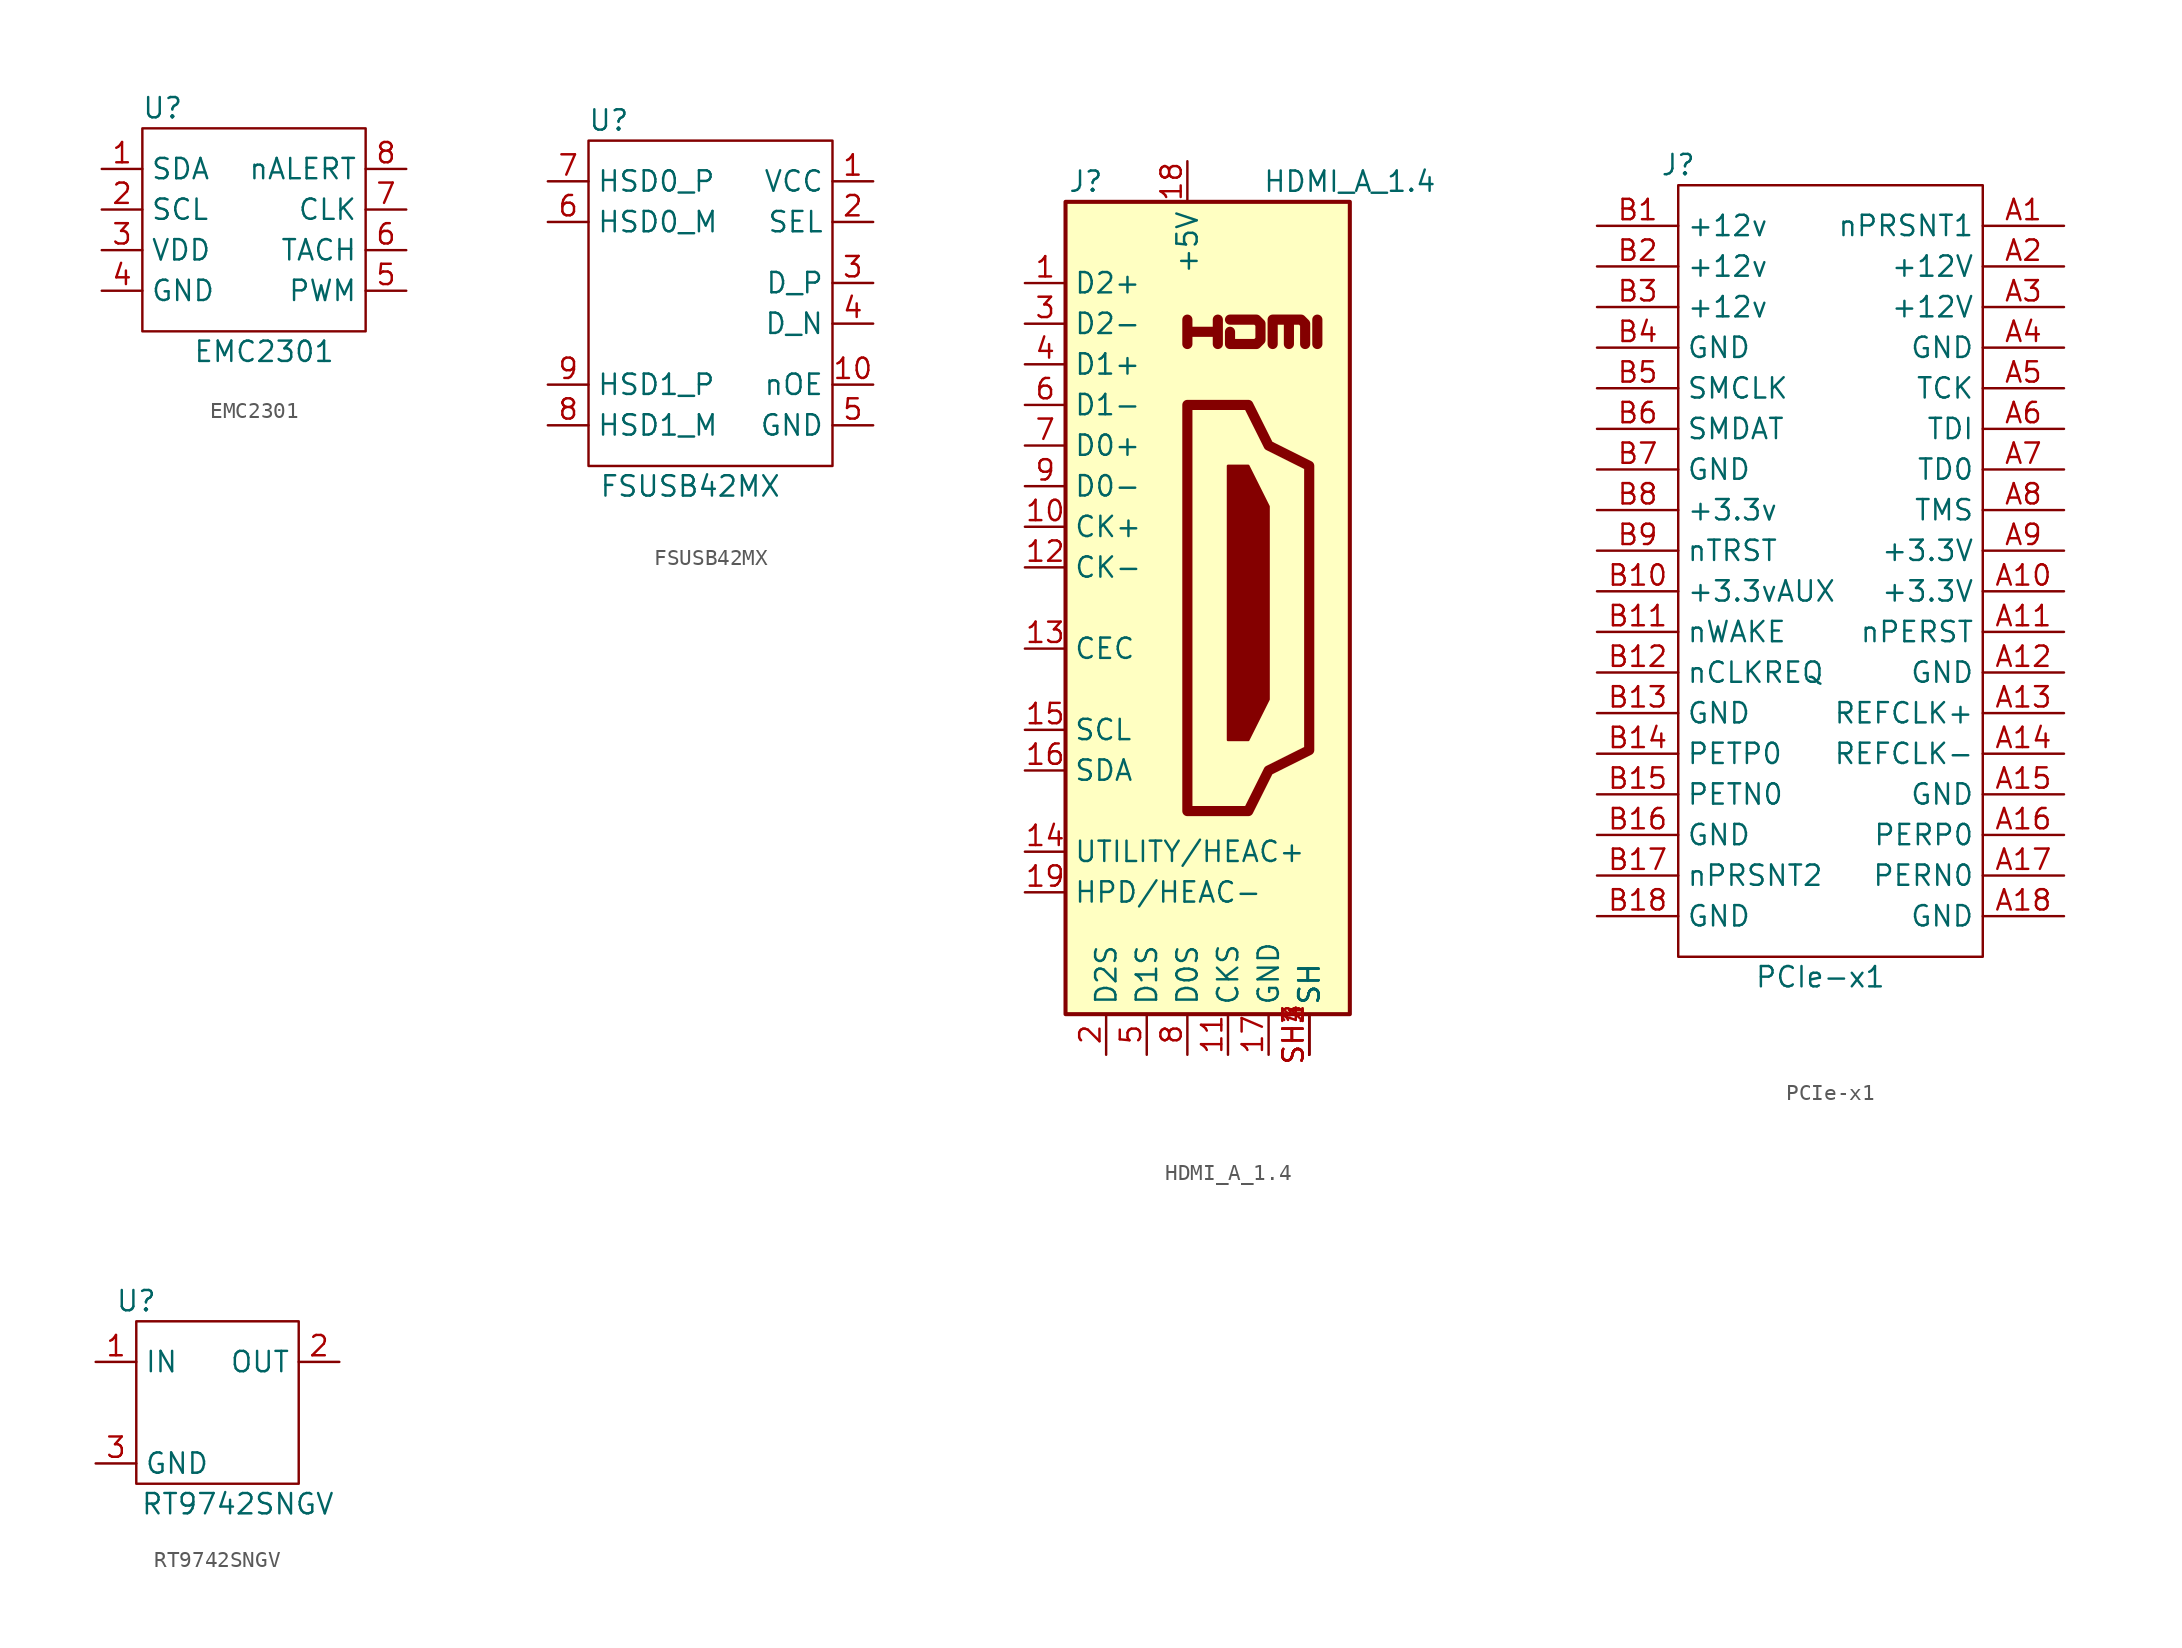
<source format=kicad_sym>
(kicad_symbol_lib
  (version 20201005)
  (generator kicad_symbol_editor)
  (symbol "CM4IO:EMC2301"
    (property "Reference" "U"
      (at -7.62 13.97 0)
      (effects (font (size 1.27 1.27))))
    (property "Value" "EMC2301"
      (at -1.27 -1.27 0)
      (effects (font (size 1.27 1.27))))
    (symbol "EMC2301_0_1"
      (rectangle (start -8.89 12.7) (end 5.08 0) (stroke (width 0)) (fill (type none))))
    (symbol "EMC2301_0_0"
      (pin open_collector line (at -11.43 10.16 0) (length 2.54) (name "SDA" (effects (font (size 1.27 1.27)))) (number "1" (effects (font (size 1.27 1.27)))))
      (pin open_collector line (at -11.43 7.62 0) (length 2.54) (name "SCL" (effects (font (size 1.27 1.27)))) (number "2" (effects (font (size 1.27 1.27)))))
      (pin power_in line (at -11.43 5.08 0) (length 2.54) (name "VDD" (effects (font (size 1.27 1.27)))) (number "3" (effects (font (size 1.27 1.27)))))
      (pin power_in line (at -11.43 2.54 0) (length 2.54) (name "GND" (effects (font (size 1.27 1.27)))) (number "4" (effects (font (size 1.27 1.27)))))
      (pin output line (at 7.62 2.54 180) (length 2.54) (name "PWM" (effects (font (size 1.27 1.27)))) (number "5" (effects (font (size 1.27 1.27)))))
      (pin input line (at 7.62 5.08 180) (length 2.54) (name "TACH" (effects (font (size 1.27 1.27)))) (number "6" (effects (font (size 1.27 1.27)))))
      (pin input line (at 7.62 7.62 180) (length 2.54) (name "CLK" (effects (font (size 1.27 1.27)))) (number "7" (effects (font (size 1.27 1.27)))))
      (pin open_collector line (at 7.62 10.16 180) (length 2.54) (name "nALERT" (effects (font (size 1.27 1.27)))) (number "8" (effects (font (size 1.27 1.27)))))))
  (symbol "CM4IO:FSUSB42MX"
    (property "Reference" "U"
      (at -7.62 20.32 0)
      (effects (font (size 1.27 1.27))))
    (property "Value" "FSUSB42MX"
      (at -2.54 -2.54 0)
      (effects (font (size 1.27 1.27))))
    (symbol "FSUSB42MX_0_1"
      (rectangle (start -8.89 19.05) (end 6.35 -1.27) (stroke (width 0)) (fill (type none))))
    (symbol "FSUSB42MX_0_0"
      (pin power_in line (at 8.89 16.51 180) (length 2.54) (name "VCC" (effects (font (size 1.27 1.27)))) (number "1" (effects (font (size 1.27 1.27)))))
      (pin input line (at 8.89 3.81 180) (length 2.54) (name "nOE" (effects (font (size 1.27 1.27)))) (number "10" (effects (font (size 1.27 1.27)))))
      (pin input line (at 8.89 13.97 180) (length 2.54) (name "SEL" (effects (font (size 1.27 1.27)))) (number "2" (effects (font (size 1.27 1.27)))))
      (pin bidirectional line (at 8.89 10.16 180) (length 2.54) (name "D_P" (effects (font (size 1.27 1.27)))) (number "3" (effects (font (size 1.27 1.27)))))
      (pin bidirectional line (at 8.89 7.62 180) (length 2.54) (name "D_N" (effects (font (size 1.27 1.27)))) (number "4" (effects (font (size 1.27 1.27)))))
      (pin power_in line (at 8.89 1.27 180) (length 2.54) (name "GND" (effects (font (size 1.27 1.27)))) (number "5" (effects (font (size 1.27 1.27)))))
      (pin bidirectional line (at -11.43 13.97 0) (length 2.54) (name "HSD0_M" (effects (font (size 1.27 1.27)))) (number "6" (effects (font (size 1.27 1.27)))))
      (pin bidirectional line (at -11.43 16.51 0) (length 2.54) (name "HSD0_P" (effects (font (size 1.27 1.27)))) (number "7" (effects (font (size 1.27 1.27)))))
      (pin bidirectional line (at -11.43 1.27 0) (length 2.54) (name "HSD1_M" (effects (font (size 1.27 1.27)))) (number "8" (effects (font (size 1.27 1.27)))))
      (pin bidirectional line (at -11.43 3.81 0) (length 2.54) (name "HSD1_P" (effects (font (size 1.27 1.27)))) (number "9" (effects (font (size 1.27 1.27)))))))
  (symbol "CM4IO:HDMI_A_1.4"
    (property "Reference" "J"
      (at -6.35 26.67 0)
      (effects (font (size 1.27 1.27))))
    (property "Value" "HDMI_A_1.4"
      (at 10.16 26.67 0)
      (effects (font (size 1.27 1.27))))
    (symbol "HDMI_A_1.4_0_1"
      (rectangle (start -7.62 25.4) (end 10.16 -25.4) (stroke (width 0.254)) (fill (type background)))
      (polyline (pts (xy 2.54 8.89) (xy 3.81 8.89) (xy 5.08 6.35) (xy 5.08 -5.715) (xy 3.81 -8.255) (xy 2.54 -8.255) (xy 2.54 8.89)) (stroke (width 0)) (fill (type outline)))
      (polyline (pts (xy 5.334 16.51) (xy 5.334 18.034) (xy 6.35 18.034) (xy 6.35 16.51) (xy 6.35 18.034) (xy 7.112 18.034) (xy 7.366 17.78) (xy 7.366 16.51)) (stroke (width 0.635)) (fill (type none)))
      (polyline (pts (xy 0 12.7) (xy 0 -12.7) (xy 3.81 -12.7) (xy 5.08 -10.16) (xy 7.62 -8.89) (xy 7.62 8.89) (xy 5.08 10.16) (xy 3.81 12.7) (xy 0 12.7)) (stroke (width 0.635)) (fill (type none))))
    (symbol "HDMI_A_1.4_0_0"
      (polyline (pts (xy 8.128 16.51) (xy 8.128 18.034)) (stroke (width 0.635)) (fill (type none)))
      (polyline (pts (xy 0 16.51) (xy 0 18.034) (xy 0 17.272) (xy 1.905 17.272) (xy 1.905 18.034) (xy 1.905 16.51)) (stroke (width 0.635)) (fill (type none)))
      (polyline (pts (xy 2.667 18.034) (xy 4.318 18.034) (xy 4.572 17.78) (xy 4.572 16.764) (xy 4.318 16.51) (xy 2.667 16.51) (xy 2.667 17.272)) (stroke (width 0.635)) (fill (type none)))
      (pin passive line (at 7.62 -27.94 90) (length 2.54) (name "SH" (effects (font (size 1.27 1.27)))) (number "SH2" (effects (font (size 1.27 1.27)))))
      (pin passive line (at 7.62 -27.94 90) (length 2.54) (name "SH" (effects (font (size 1.27 1.27)))) (number "SH3" (effects (font (size 1.27 1.27)))))
      (pin passive line (at 7.62 -27.94 90) (length 2.54) (name "SH" (effects (font (size 1.27 1.27)))) (number "SH4" (effects (font (size 1.27 1.27))))))
    (symbol "HDMI_A_1.4_1_1"
      (pin passive line (at -10.16 20.32 0) (length 2.54) (name "D2+" (effects (font (size 1.27 1.27)))) (number "1" (effects (font (size 1.27 1.27)))))
      (pin passive line (at -10.16 5.08 0) (length 2.54) (name "CK+" (effects (font (size 1.27 1.27)))) (number "10" (effects (font (size 1.27 1.27)))))
      (pin power_in line (at 2.54 -27.94 90) (length 2.54) (name "CKS" (effects (font (size 1.27 1.27)))) (number "11" (effects (font (size 1.27 1.27)))))
      (pin passive line (at -10.16 2.54 0) (length 2.54) (name "CK-" (effects (font (size 1.27 1.27)))) (number "12" (effects (font (size 1.27 1.27)))))
      (pin bidirectional line (at -10.16 -2.54 0) (length 2.54) (name "CEC" (effects (font (size 1.27 1.27)))) (number "13" (effects (font (size 1.27 1.27)))))
      (pin passive line (at -10.16 -15.24 0) (length 2.54) (name "UTILITY/HEAC+" (effects (font (size 1.27 1.27)))) (number "14" (effects (font (size 1.27 1.27)))))
      (pin passive line (at -10.16 -7.62 0) (length 2.54) (name "SCL" (effects (font (size 1.27 1.27)))) (number "15" (effects (font (size 1.27 1.27)))))
      (pin bidirectional line (at -10.16 -10.16 0) (length 2.54) (name "SDA" (effects (font (size 1.27 1.27)))) (number "16" (effects (font (size 1.27 1.27)))))
      (pin power_in line (at 5.08 -27.94 90) (length 2.54) (name "GND" (effects (font (size 1.27 1.27)))) (number "17" (effects (font (size 1.27 1.27)))))
      (pin power_in line (at 0 27.94 270) (length 2.54) (name "+5V" (effects (font (size 1.27 1.27)))) (number "18" (effects (font (size 1.27 1.27)))))
      (pin passive line (at -10.16 -17.78 0) (length 2.54) (name "HPD/HEAC-" (effects (font (size 1.27 1.27)))) (number "19" (effects (font (size 1.27 1.27)))))
      (pin power_in line (at -5.08 -27.94 90) (length 2.54) (name "D2S" (effects (font (size 1.27 1.27)))) (number "2" (effects (font (size 1.27 1.27)))))
      (pin passive line (at -10.16 17.78 0) (length 2.54) (name "D2-" (effects (font (size 1.27 1.27)))) (number "3" (effects (font (size 1.27 1.27)))))
      (pin passive line (at -10.16 15.24 0) (length 2.54) (name "D1+" (effects (font (size 1.27 1.27)))) (number "4" (effects (font (size 1.27 1.27)))))
      (pin power_in line (at -2.54 -27.94 90) (length 2.54) (name "D1S" (effects (font (size 1.27 1.27)))) (number "5" (effects (font (size 1.27 1.27)))))
      (pin passive line (at -10.16 12.7 0) (length 2.54) (name "D1-" (effects (font (size 1.27 1.27)))) (number "6" (effects (font (size 1.27 1.27)))))
      (pin passive line (at -10.16 10.16 0) (length 2.54) (name "D0+" (effects (font (size 1.27 1.27)))) (number "7" (effects (font (size 1.27 1.27)))))
      (pin power_in line (at 0 -27.94 90) (length 2.54) (name "D0S" (effects (font (size 1.27 1.27)))) (number "8" (effects (font (size 1.27 1.27)))))
      (pin passive line (at -10.16 7.62 0) (length 2.54) (name "D0-" (effects (font (size 1.27 1.27)))) (number "9" (effects (font (size 1.27 1.27)))))
      (pin passive line (at 7.62 -27.94 90) (length 2.54) (name "SH" (effects (font (size 1.27 1.27)))) (number "SH1" (effects (font (size 1.27 1.27)))))))
  (symbol "CM4IO:PCIe-x1"
    (property "Reference" "J"
      (at -13.97 36.83 0)
      (effects (font (size 1.27 1.27))))
    (property "Value" "PCIe-x1"
      (at -5.08 -13.97 0)
      (effects (font (size 1.27 1.27))))
    (symbol "PCIe-x1_0_1"
      (rectangle (start -13.97 35.56) (end 5.08 -12.7) (stroke (width 0)) (fill (type none))))
    (symbol "PCIe-x1_0_0"
      (pin passive line (at 10.16 33.02 180) (length 5.08) (name "nPRSNT1" (effects (font (size 1.27 1.27)))) (number "A1" (effects (font (size 1.27 1.27)))))
      (pin power_in line (at 10.16 10.16 180) (length 5.08) (name "+3.3V" (effects (font (size 1.27 1.27)))) (number "A10" (effects (font (size 1.27 1.27)))))
      (pin input line (at 10.16 7.62 180) (length 5.08) (name "nPERST" (effects (font (size 1.27 1.27)))) (number "A11" (effects (font (size 1.27 1.27)))))
      (pin power_in line (at 10.16 5.08 180) (length 5.08) (name "GND" (effects (font (size 1.27 1.27)))) (number "A12" (effects (font (size 1.27 1.27)))))
      (pin input line (at 10.16 2.54 180) (length 5.08) (name "REFCLK+" (effects (font (size 1.27 1.27)))) (number "A13" (effects (font (size 1.27 1.27)))))
      (pin input line (at 10.16 0 180) (length 5.08) (name "REFCLK-" (effects (font (size 1.27 1.27)))) (number "A14" (effects (font (size 1.27 1.27)))))
      (pin power_in line (at 10.16 -2.54 180) (length 5.08) (name "GND" (effects (font (size 1.27 1.27)))) (number "A15" (effects (font (size 1.27 1.27)))))
      (pin output line (at 10.16 -5.08 180) (length 5.08) (name "PERP0" (effects (font (size 1.27 1.27)))) (number "A16" (effects (font (size 1.27 1.27)))))
      (pin output line (at 10.16 -7.62 180) (length 5.08) (name "PERN0" (effects (font (size 1.27 1.27)))) (number "A17" (effects (font (size 1.27 1.27)))))
      (pin power_in line (at 10.16 -10.16 180) (length 5.08) (name "GND" (effects (font (size 1.27 1.27)))) (number "A18" (effects (font (size 1.27 1.27)))))
      (pin power_in line (at 10.16 30.48 180) (length 5.08) (name "+12V" (effects (font (size 1.27 1.27)))) (number "A2" (effects (font (size 1.27 1.27)))))
      (pin power_in line (at 10.16 27.94 180) (length 5.08) (name "+12V" (effects (font (size 1.27 1.27)))) (number "A3" (effects (font (size 1.27 1.27)))))
      (pin power_in line (at 10.16 25.4 180) (length 5.08) (name "GND" (effects (font (size 1.27 1.27)))) (number "A4" (effects (font (size 1.27 1.27)))))
      (pin input line (at 10.16 22.86 180) (length 5.08) (name "TCK" (effects (font (size 1.27 1.27)))) (number "A5" (effects (font (size 1.27 1.27)))))
      (pin input line (at 10.16 20.32 180) (length 5.08) (name "TDI" (effects (font (size 1.27 1.27)))) (number "A6" (effects (font (size 1.27 1.27)))))
      (pin output line (at 10.16 17.78 180) (length 5.08) (name "TD0" (effects (font (size 1.27 1.27)))) (number "A7" (effects (font (size 1.27 1.27)))))
      (pin input line (at 10.16 15.24 180) (length 5.08) (name "TMS" (effects (font (size 1.27 1.27)))) (number "A8" (effects (font (size 1.27 1.27)))))
      (pin power_in line (at 10.16 12.7 180) (length 5.08) (name "+3.3V" (effects (font (size 1.27 1.27)))) (number "A9" (effects (font (size 1.27 1.27)))))
      (pin power_in line (at -19.05 33.02 0) (length 5.08) (name "+12v" (effects (font (size 1.27 1.27)))) (number "B1" (effects (font (size 1.27 1.27)))))
      (pin power_in line (at -19.05 10.16 0) (length 5.08) (name "+3.3vAUX" (effects (font (size 1.27 1.27)))) (number "B10" (effects (font (size 1.27 1.27)))))
      (pin open_collector line (at -19.05 7.62 0) (length 5.08) (name "nWAKE" (effects (font (size 1.27 1.27)))) (number "B11" (effects (font (size 1.27 1.27)))))
      (pin open_collector line (at -19.05 5.08 0) (length 5.08) (name "nCLKREQ" (effects (font (size 1.27 1.27)))) (number "B12" (effects (font (size 1.27 1.27)))))
      (pin power_in line (at -19.05 2.54 0) (length 5.08) (name "GND" (effects (font (size 1.27 1.27)))) (number "B13" (effects (font (size 1.27 1.27)))))
      (pin input line (at -19.05 0 0) (length 5.08) (name "PETP0" (effects (font (size 1.27 1.27)))) (number "B14" (effects (font (size 1.27 1.27)))))
      (pin input line (at -19.05 -2.54 0) (length 5.08) (name "PETN0" (effects (font (size 1.27 1.27)))) (number "B15" (effects (font (size 1.27 1.27)))))
      (pin power_in line (at -19.05 -5.08 0) (length 5.08) (name "GND" (effects (font (size 1.27 1.27)))) (number "B16" (effects (font (size 1.27 1.27)))))
      (pin passive line (at -19.05 -7.62 0) (length 5.08) (name "nPRSNT2" (effects (font (size 1.27 1.27)))) (number "B17" (effects (font (size 1.27 1.27)))))
      (pin power_in line (at -19.05 -10.16 0) (length 5.08) (name "GND" (effects (font (size 1.27 1.27)))) (number "B18" (effects (font (size 1.27 1.27)))))
      (pin power_in line (at -19.05 30.48 0) (length 5.08) (name "+12v" (effects (font (size 1.27 1.27)))) (number "B2" (effects (font (size 1.27 1.27)))))
      (pin power_in line (at -19.05 27.94 0) (length 5.08) (name "+12v" (effects (font (size 1.27 1.27)))) (number "B3" (effects (font (size 1.27 1.27)))))
      (pin power_in line (at -19.05 25.4 0) (length 5.08) (name "GND" (effects (font (size 1.27 1.27)))) (number "B4" (effects (font (size 1.27 1.27)))))
      (pin passive line (at -19.05 22.86 0) (length 5.08) (name "SMCLK" (effects (font (size 1.27 1.27)))) (number "B5" (effects (font (size 1.27 1.27)))))
      (pin passive line (at -19.05 20.32 0) (length 5.08) (name "SMDAT" (effects (font (size 1.27 1.27)))) (number "B6" (effects (font (size 1.27 1.27)))))
      (pin power_in line (at -19.05 17.78 0) (length 5.08) (name "GND" (effects (font (size 1.27 1.27)))) (number "B7" (effects (font (size 1.27 1.27)))))
      (pin power_in line (at -19.05 15.24 0) (length 5.08) (name "+3.3v" (effects (font (size 1.27 1.27)))) (number "B8" (effects (font (size 1.27 1.27)))))
      (pin input line (at -19.05 12.7 0) (length 5.08) (name "nTRST" (effects (font (size 1.27 1.27)))) (number "B9" (effects (font (size 1.27 1.27)))))))
  (symbol "CM4IO:RT9742SNGV"
    (property "Reference" "U"
      (at -2.54 7.62 0)
      (effects (font (size 1.27 1.27))))
    (property "Value" "RT9742SNGV"
      (at 3.81 -5.08 0)
      (effects (font (size 1.27 1.27))))
    (symbol "RT9742SNGV_0_1"
      (rectangle (start -2.54 6.35) (end 7.62 -3.81) (stroke (width 0)) (fill (type none))))
    (symbol "RT9742SNGV_1_1"
      (pin power_in line (at -5.08 3.81 0) (length 2.54) (name "IN" (effects (font (size 1.27 1.27)))) (number "1" (effects (font (size 1.27 1.27)))))
      (pin power_in line (at 10.16 3.81 180) (length 2.54) (name "OUT" (effects (font (size 1.27 1.27)))) (number "2" (effects (font (size 1.27 1.27)))))
      (pin power_in line (at -5.08 -2.54 0) (length 2.54) (name "GND" (effects (font (size 1.27 1.27)))) (number "3" (effects (font (size 1.27 1.27))))))))
</source>
